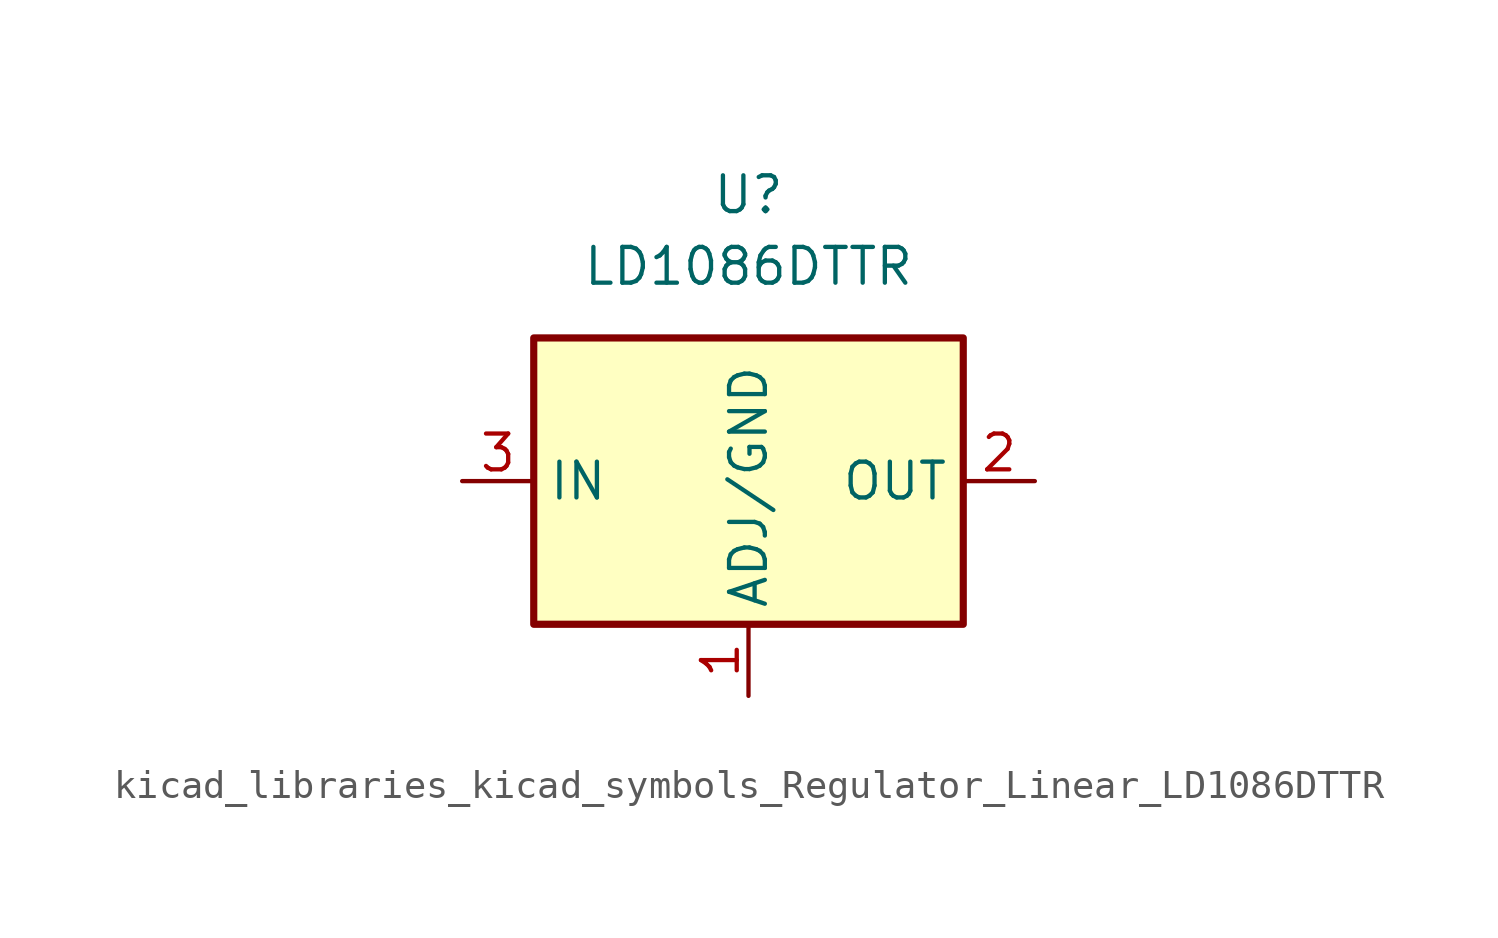
<source format=kicad_sym>
(kicad_symbol_lib
  (version 20220914)
  (generator kicad_symbol_editor)
  (symbol "kicad_libraries_kicad_symbols_Regulator_Linear_LD1086DTTR"
    (property "Reference" "U"
      (at 0 10.16 0)
      (effects (font (size 1.27 1.27))))
    (property "Value" "LD1086DTTR"
      (at 0 7.62 0)
      (effects (font (size 1.27 1.27))))
    (symbol "kicad_libraries_kicad_symbols_Regulator_Linear_LD1086DTTR_1_1"
      (rectangle (start -7.62 -5.08) (end 7.62 5.08) (stroke (width 0.254) (type default)) (fill (type background)))
      (pin input line (at 0 -7.62 90) (length 2.54) (name "ADJ/GND" (effects (font (size 1.27 1.27)))) (number "1" (effects (font (size 1.27 1.27)))))
      (pin power_out line (at 10.16 0 180) (length 2.54) (name "OUT" (effects (font (size 1.27 1.27)))) (number "2" (effects (font (size 1.27 1.27)))))
      (pin power_in line (at -10.16 0 0) (length 2.54) (name "IN" (effects (font (size 1.27 1.27)))) (number "3" (effects (font (size 1.27 1.27))))))))
</source>
